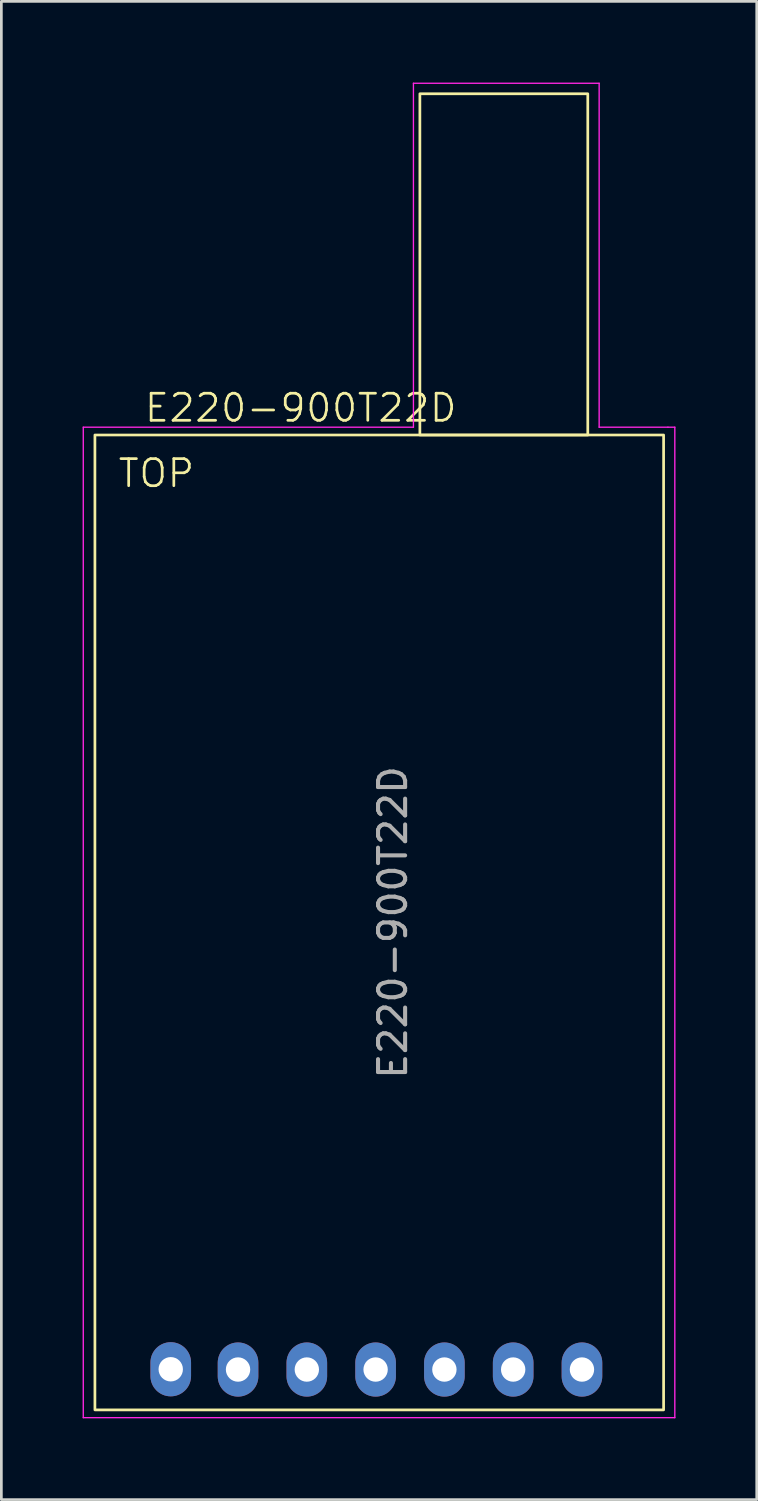
<source format=kicad_pcb>
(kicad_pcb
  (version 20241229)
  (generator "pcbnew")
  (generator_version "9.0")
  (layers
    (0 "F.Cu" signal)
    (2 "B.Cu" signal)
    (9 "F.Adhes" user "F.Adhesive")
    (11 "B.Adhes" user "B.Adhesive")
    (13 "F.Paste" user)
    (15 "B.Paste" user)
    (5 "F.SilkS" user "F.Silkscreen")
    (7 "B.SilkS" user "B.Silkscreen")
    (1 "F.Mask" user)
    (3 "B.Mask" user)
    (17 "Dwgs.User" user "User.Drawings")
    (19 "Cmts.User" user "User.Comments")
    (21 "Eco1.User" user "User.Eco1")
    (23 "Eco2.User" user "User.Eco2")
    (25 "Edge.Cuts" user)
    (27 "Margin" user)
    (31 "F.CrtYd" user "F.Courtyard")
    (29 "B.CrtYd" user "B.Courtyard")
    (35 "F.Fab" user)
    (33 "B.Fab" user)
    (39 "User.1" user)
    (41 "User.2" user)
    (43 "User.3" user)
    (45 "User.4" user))
  (footprint "E220-900T22D"
    (layer "F.Cu")
    (at 11.455 31.013)
    (property "Reference" "E220-900T22D" (at -3.4 -19 0) (unlocked yes) (layer "F.SilkS") (effects (font (size 1 1) (thickness 0.1))))
    (attr through_hole)
    (fp_rect (start -11 -18) (end 10 18) (stroke (width 0.1) (type default)) (fill no) (layer "F.SilkS"))
    (fp_rect (start 1 -30.6) (end 7.2 -18) (stroke (width 0.1) (type default)) (fill no) (layer "F.SilkS"))
    (fp_line (start -11.43 -18.288) (end 0.762 -18.288) (stroke (width 0.05) (type default)) (layer "F.CrtYd"))
    (fp_line (start -11.43 18.288) (end -11.43 -18.288) (stroke (width 0.05) (type default)) (layer "F.CrtYd"))
    (fp_line (start 0.762 -30.988) (end 7.62 -30.988) (stroke (width 0.05) (type default)) (layer "F.CrtYd"))
    (fp_line (start 0.762 -18.288) (end 0.762 -30.988) (stroke (width 0.05) (type default)) (layer "F.CrtYd"))
    (fp_line (start 7.62 -30.988) (end 7.62 -18.288) (stroke (width 0.05) (type default)) (layer "F.CrtYd"))
    (fp_line (start 7.62 -18.288) (end 10.16 -18.288) (stroke (width 0.05) (type default)) (layer "F.CrtYd"))
    (fp_line (start 10.16 -18.288) (end 10.414 -18.288) (stroke (width 0.05) (type default)) (layer "F.CrtYd"))
    (fp_line (start 10.414 -18.288) (end 10.414 18.288) (stroke (width 0.05) (type default)) (layer "F.CrtYd"))
    (fp_line (start 10.414 18.288) (end -11.43 18.288) (stroke (width 0.05) (type default)) (layer "F.CrtYd"))
    (fp_text user "TOP" (at -10.2 -16 0) (unlocked yes) (layer "F.SilkS") (effects (font (size 1 1) (thickness 0.1)) (justify left bottom)))
    (fp_text user "${REFERENCE}" (at 0 0 90) (unlocked yes) (layer "F.Fab") (effects (font (size 1 1) (thickness 0.15))))
    (pad "1" thru_hole oval (at -8.2 16.5) (size 1.5 2) (drill 0.9) (layers "*.Cu" "*.Mask"))
    (pad "2" thru_hole oval (at -5.715 16.51) (size 1.5 2) (drill 0.9) (layers "*.Cu" "*.Mask"))
    (pad "3" thru_hole oval (at -3.175 16.51) (size 1.5 2) (drill 0.9) (layers "*.Cu" "*.Mask"))
    (pad "4" thru_hole oval (at -0.635 16.51) (size 1.5 2) (drill 0.9) (layers "*.Cu" "*.Mask"))
    (pad "5" thru_hole oval (at 1.905 16.51) (size 1.5 2) (drill 0.9) (layers "*.Cu" "*.Mask"))
    (pad "6" thru_hole oval (at 4.445 16.51) (size 1.5 2) (drill 0.9) (layers "*.Cu" "*.Mask"))
    (pad "7" thru_hole oval (at 6.985 16.51) (size 1.5 2) (drill 0.9) (layers "*.Cu" "*.Mask")))
  (gr_rect
    (start -3 -3)
    (end 24.894 52.326)
    (stroke (width 0.1) (type default))
    (fill no)
    (layer "Edge.Cuts")))
</source>
